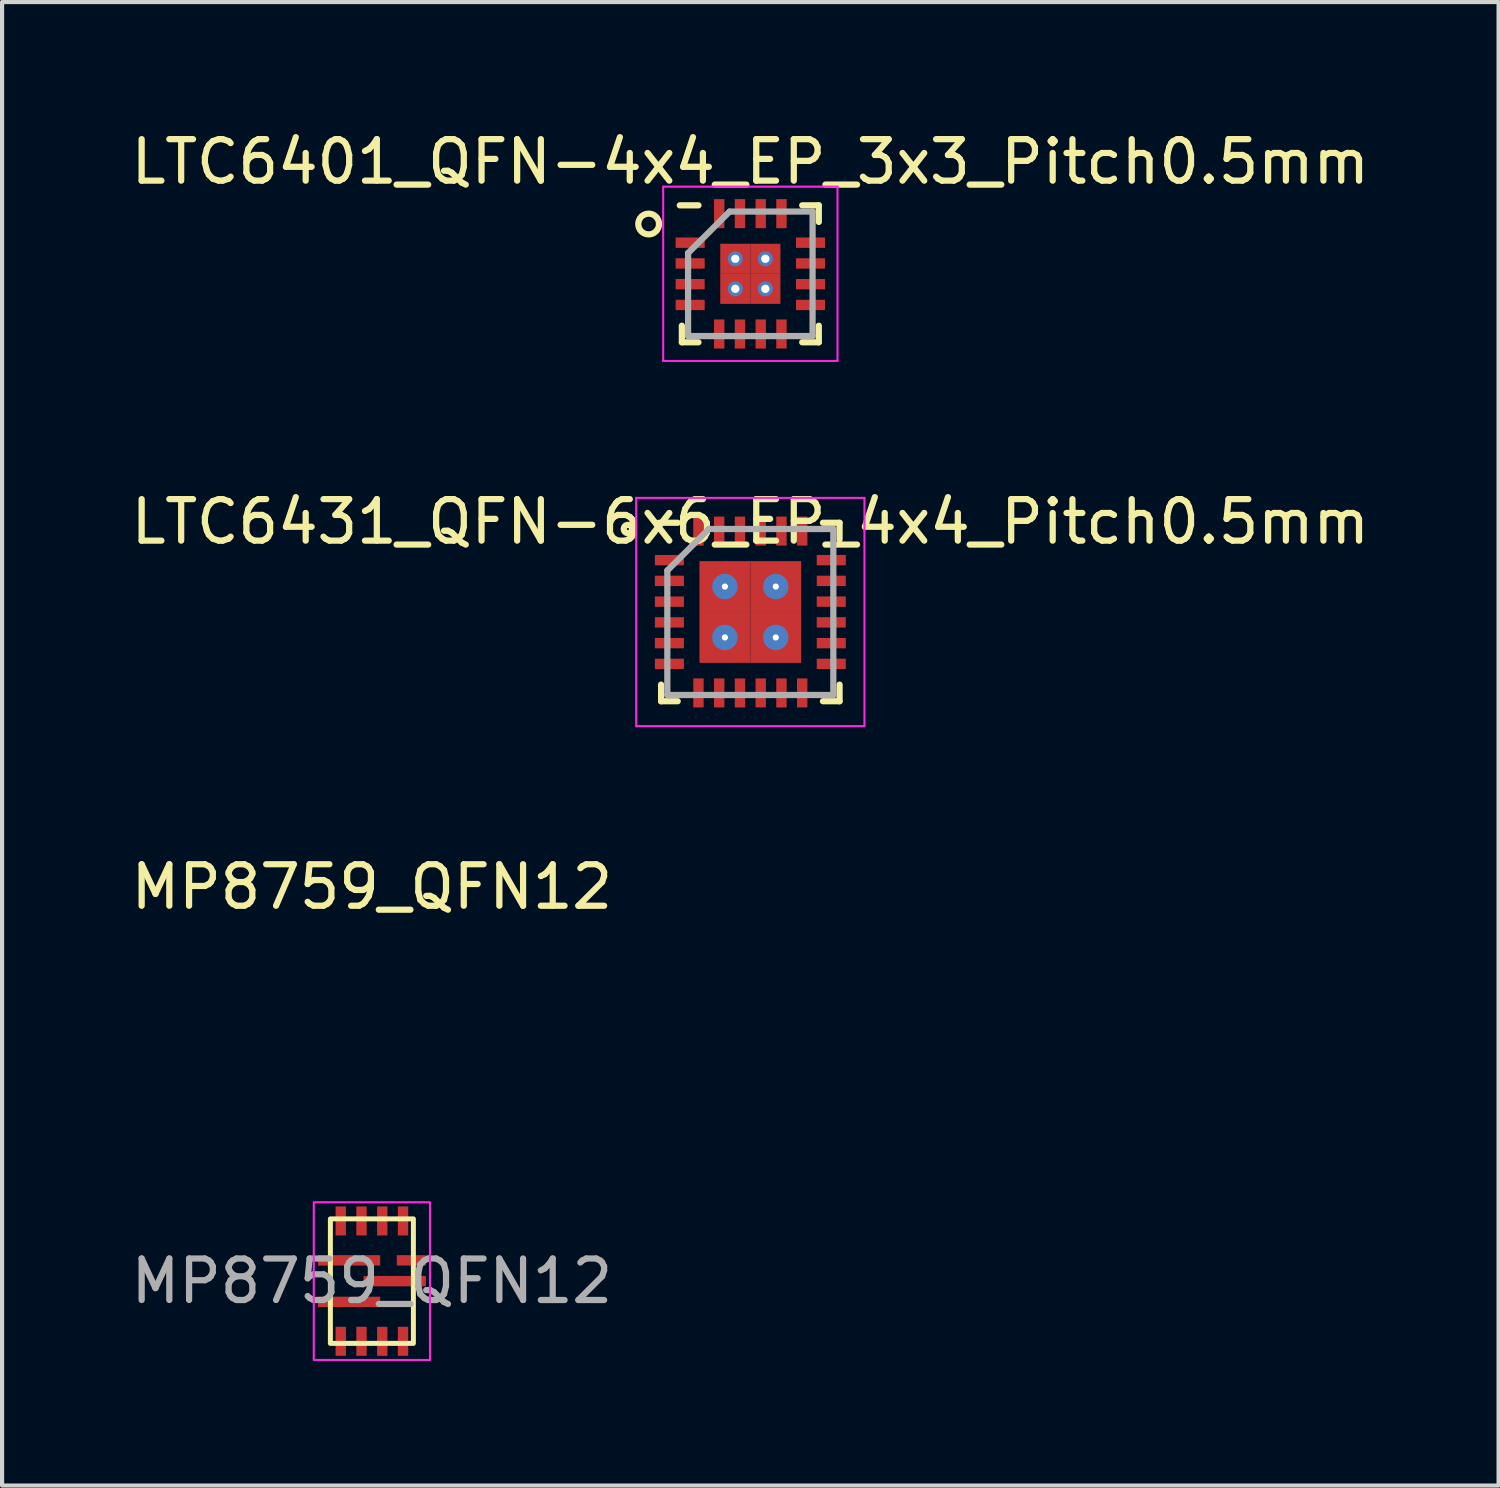
<source format=kicad_pcb>
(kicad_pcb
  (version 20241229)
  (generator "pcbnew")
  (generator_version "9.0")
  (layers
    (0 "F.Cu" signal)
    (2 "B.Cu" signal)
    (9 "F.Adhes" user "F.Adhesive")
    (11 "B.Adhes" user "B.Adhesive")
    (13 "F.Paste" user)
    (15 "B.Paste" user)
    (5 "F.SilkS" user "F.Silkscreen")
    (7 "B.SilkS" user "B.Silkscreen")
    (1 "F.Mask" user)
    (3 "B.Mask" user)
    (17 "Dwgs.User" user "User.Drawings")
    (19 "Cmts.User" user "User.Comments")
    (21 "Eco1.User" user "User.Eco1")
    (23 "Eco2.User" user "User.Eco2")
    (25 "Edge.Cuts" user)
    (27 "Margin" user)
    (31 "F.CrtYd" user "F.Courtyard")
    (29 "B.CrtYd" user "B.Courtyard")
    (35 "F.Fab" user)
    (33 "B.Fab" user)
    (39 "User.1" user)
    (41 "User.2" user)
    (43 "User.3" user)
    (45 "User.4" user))
  (footprint "LTC6401_QFN-4x4_EP_3x3_Pitch0.5mm"
    (layer "F.Cu")
    (at 15.03 3.548)
    (property "Reference" "LTC6401_QFN-4x4_EP_3x3_Pitch0.5mm" (at 0 -2.7 0) (layer "F.SilkS") (effects (font (size 1 1) (thickness 0.15))))
    (attr through_hole)
    (fp_line (start -1.65 1.65) (end -1.65 1.25) (stroke (width 0.15) (type default)) (layer "F.SilkS"))
    (fp_line (start -1.25 -1.65) (end -1.7 -1.65) (stroke (width 0.15) (type default)) (layer "F.SilkS"))
    (fp_line (start -1.25 1.65) (end -1.65 1.65) (stroke (width 0.15) (type default)) (layer "F.SilkS"))
    (fp_line (start 1.25 -1.65) (end 1.65 -1.65) (stroke (width 0.15) (type default)) (layer "F.SilkS"))
    (fp_line (start 1.25 1.65) (end 1.65 1.65) (stroke (width 0.15) (type default)) (layer "F.SilkS"))
    (fp_line (start 1.65 -1.65) (end 1.65 -1.25) (stroke (width 0.15) (type default)) (layer "F.SilkS"))
    (fp_line (start 1.65 1.65) (end 1.65 1.25) (stroke (width 0.15) (type default)) (layer "F.SilkS"))
    (fp_circle (center -2.45 -1.2) (end -2.45 -0.95) (stroke (width 0.15) (type default)) (fill no) (layer "F.SilkS"))
    (fp_line (start -2.1 -2.1) (end 2.1 -2.1) (stroke (width 0.05) (type default)) (layer "F.CrtYd"))
    (fp_line (start -2.1 2.1) (end -2.1 -2.1) (stroke (width 0.05) (type default)) (layer "F.CrtYd"))
    (fp_line (start 2.1 -2.1) (end 2.1 2.1) (stroke (width 0.05) (type default)) (layer "F.CrtYd"))
    (fp_line (start 2.1 2.1) (end -2.1 2.1) (stroke (width 0.05) (type default)) (layer "F.CrtYd"))
    (fp_line (start -1.5 -0.5) (end -1.5 1.5) (stroke (width 0.15) (type default)) (layer "F.Fab"))
    (fp_line (start -1.5 1.5) (end 1.5 1.5) (stroke (width 0.15) (type default)) (layer "F.Fab"))
    (fp_line (start -0.5 -1.5) (end -1.5 -0.5) (stroke (width 0.15) (type default)) (layer "F.Fab"))
    (fp_line (start 1.5 -1.5) (end -0.5 -1.5) (stroke (width 0.15) (type default)) (layer "F.Fab"))
    (fp_line (start 1.5 1.5) (end 1.5 -1.5) (stroke (width 0.15) (type default)) (layer "F.Fab"))
    (pad "1" smd rect (at -1.45 -0.75 90) (size 0.25 0.7) (layers "F.Cu" "F.Mask" "F.Paste"))
    (pad "2" smd rect (at -1.45 -0.25 90) (size 0.25 0.7) (layers "F.Cu" "F.Mask" "F.Paste"))
    (pad "3" smd rect (at -1.45 0.25 90) (size 0.25 0.7) (layers "F.Cu" "F.Mask" "F.Paste"))
    (pad "4" smd rect (at -1.45 0.75 90) (size 0.25 0.7) (layers "F.Cu" "F.Mask" "F.Paste"))
    (pad "5" smd rect (at -0.75 1.45) (size 0.25 0.7) (layers "F.Cu" "F.Mask" "F.Paste"))
    (pad "6" smd rect (at -0.25 1.45) (size 0.25 0.7) (layers "F.Cu" "F.Mask" "F.Paste"))
    (pad "7" smd rect (at 0.25 1.45) (size 0.25 0.7) (layers "F.Cu" "F.Mask" "F.Paste"))
    (pad "8" smd rect (at 0.75 1.45) (size 0.25 0.7) (layers "F.Cu" "F.Mask" "F.Paste"))
    (pad "9" smd rect (at 1.45 0.75 90) (size 0.25 0.7) (layers "F.Cu" "F.Mask" "F.Paste"))
    (pad "10" smd rect (at 1.45 0.25 90) (size 0.25 0.7) (layers "F.Cu" "F.Mask" "F.Paste"))
    (pad "11" smd rect (at 1.45 -0.25 90) (size 0.25 0.7) (layers "F.Cu" "F.Mask" "F.Paste"))
    (pad "12" smd rect (at 1.45 -0.75 90) (size 0.25 0.7) (layers "F.Cu" "F.Mask" "F.Paste"))
    (pad "13" smd rect (at 0.75 -1.45) (size 0.25 0.7) (layers "F.Cu" "F.Mask" "F.Paste"))
    (pad "14" smd rect (at 0.25 -1.45) (size 0.25 0.7) (layers "F.Cu" "F.Mask" "F.Paste"))
    (pad "15" smd rect (at -0.25 -1.45) (size 0.25 0.7) (layers "F.Cu" "F.Mask" "F.Paste"))
    (pad "16" smd rect (at -0.75 -1.45) (size 0.25 0.7) (layers "F.Cu" "F.Mask" "F.Paste"))
    (pad "17" thru_hole circle (at -0.362 -0.362) (size 0.362 0.362) (drill 0.2) (layers "*.Cu" "F.Mask"))
    (pad "17" smd rect (at -0.362 -0.362) (size 0.725 0.725) (layers "F.Cu" "F.Mask" "F.Paste"))
    (pad "17" thru_hole circle (at -0.362 0.362) (size 0.362 0.362) (drill 0.2) (layers "*.Cu" "F.Mask"))
    (pad "17" smd rect (at -0.362 0.362) (size 0.725 0.725) (layers "F.Cu" "F.Mask" "F.Paste"))
    (pad "17" thru_hole circle (at 0.362 -0.362) (size 0.362 0.362) (drill 0.2) (layers "*.Cu" "F.Mask"))
    (pad "17" smd rect (at 0.362 -0.362) (size 0.725 0.725) (layers "F.Cu" "F.Mask" "F.Paste"))
    (pad "17" thru_hole circle (at 0.362 0.362) (size 0.362 0.362) (drill 0.2) (layers "*.Cu" "F.Mask"))
    (pad "17" smd rect (at 0.362 0.362) (size 0.725 0.725) (layers "F.Cu" "F.Mask" "F.Paste")))
  (footprint "MP8759_QFN12"
    (layer "F.Cu")
    (at 5.911 27.82)
    (property "Reference" "MP8759_QFN12" (at 0 -9.5 0) (unlocked yes) (layer "F.SilkS") (effects (font (size 1 1) (thickness 0.15))))
    (attr smd)
    (fp_rect (start -1 -1.5) (end 1 1.5) (stroke (width 0.12) (type solid)) (fill no) (layer "F.SilkS"))
    (fp_rect (start -1.4 -1.9) (end 1.4 1.9) (stroke (width 0.05) (type solid)) (fill no) (layer "F.CrtYd"))
    (fp_text user "${REFERENCE}" (at 0 0 0) (unlocked yes) (layer "F.Fab") (effects (font (size 1 1) (thickness 0.15))))
    (pad "1" smd rect (at -0.55 -0.5) (size 1.5 0.25) (layers "F.Cu" "F.Mask" "F.Paste"))
    (pad "2" smd rect (at -0.55 0.5) (size 1.5 0.25) (layers "F.Cu" "F.Mask" "F.Paste"))
    (pad "3" smd rect (at -0.75 1.45) (size 0.25 0.7) (layers "F.Cu" "F.Mask" "F.Paste"))
    (pad "4" smd rect (at -0.25 1.45) (size 0.25 0.7) (layers "F.Cu" "F.Mask" "F.Paste"))
    (pad "5" smd rect (at 0.25 1.45) (size 0.25 0.7) (layers "F.Cu" "F.Mask" "F.Paste"))
    (pad "6" smd rect (at 0.75 1.45) (size 0.25 0.7) (layers "F.Cu" "F.Mask" "F.Paste"))
    (pad "7" smd rect (at 0.55 0) (size 1.5 0.25) (layers "F.Cu" "F.Mask" "F.Paste"))
    (pad "8" smd rect (at 0.95 -0.5) (size 0.7 0.25) (layers "F.Cu" "F.Mask" "F.Paste"))
    (pad "9" smd rect (at 0.75 -1.45) (size 0.25 0.7) (layers "F.Cu" "F.Mask" "F.Paste"))
    (pad "10" smd rect (at 0.25 -1.45) (size 0.25 0.7) (layers "F.Cu" "F.Mask" "F.Paste"))
    (pad "11" smd rect (at -0.25 -1.45) (size 0.25 0.7) (layers "F.Cu" "F.Mask" "F.Paste"))
    (pad "12" smd rect (at -0.75 -1.45) (size 0.25 0.7) (layers "F.Cu" "F.Mask" "F.Paste")))
  (footprint "LTC6431_QFN-6x6_EP_4x4_Pitch0.5mm"
    (layer "F.Cu")
    (at 15.03 11.697)
    (property "Reference" "LTC6431_QFN-6x6_EP_4x4_Pitch0.5mm" (at 0 -2.175 0) (layer "F.SilkS") (effects (font (size 1 1) (thickness 0.15))))
    (attr smd)
    (fp_line (start -2.15 2.15) (end -2.15 1.75) (stroke (width 0.15) (type solid)) (layer "F.SilkS"))
    (fp_line (start -1.75 -2.15) (end -2.2 -2.15) (stroke (width 0.15) (type solid)) (layer "F.SilkS"))
    (fp_line (start -1.75 2.15) (end -2.15 2.15) (stroke (width 0.15) (type solid)) (layer "F.SilkS"))
    (fp_line (start 1.75 -2.15) (end 2.15 -2.15) (stroke (width 0.15) (type solid)) (layer "F.SilkS"))
    (fp_line (start 1.75 2.15) (end 2.15 2.15) (stroke (width 0.15) (type solid)) (layer "F.SilkS"))
    (fp_line (start 2.15 -2.15) (end 2.15 -1.75) (stroke (width 0.15) (type solid)) (layer "F.SilkS"))
    (fp_line (start 2.15 2.15) (end 2.15 1.75) (stroke (width 0.15) (type solid)) (layer "F.SilkS"))
    (fp_circle (center -2.95 -2) (end -2.95 -1.9) (stroke (width 0.15) (type solid)) (fill no) (layer "F.SilkS"))
    (fp_line (start -2.75 -2.75) (end 2.75 -2.75) (stroke (width 0.05) (type solid)) (layer "F.CrtYd"))
    (fp_line (start -2.75 2.75) (end -2.75 -2.75) (stroke (width 0.05) (type solid)) (layer "F.CrtYd"))
    (fp_line (start 2.75 -2.75) (end 2.75 2.75) (stroke (width 0.05) (type solid)) (layer "F.CrtYd"))
    (fp_line (start 2.75 2.75) (end -2.75 2.75) (stroke (width 0.05) (type solid)) (layer "F.CrtYd"))
    (fp_line (start -2 -1) (end -2 2) (stroke (width 0.15) (type solid)) (layer "F.Fab"))
    (fp_line (start -2 2) (end 2 2) (stroke (width 0.15) (type solid)) (layer "F.Fab"))
    (fp_line (start -1 -2) (end -2 -1) (stroke (width 0.15) (type solid)) (layer "F.Fab"))
    (fp_line (start 2 -2) (end -1 -2) (stroke (width 0.15) (type solid)) (layer "F.Fab"))
    (fp_line (start 2 2) (end 2 -2) (stroke (width 0.15) (type solid)) (layer "F.Fab"))
    (pad "1" smd rect (at -1.95 -1.25 90) (size 0.25 0.7) (layers "F.Cu" "F.Mask" "F.Paste"))
    (pad "2" smd rect (at -1.95 -0.75 90) (size 0.25 0.7) (layers "F.Cu" "F.Mask" "F.Paste"))
    (pad "3" smd rect (at -1.95 -0.25 90) (size 0.25 0.7) (layers "F.Cu" "F.Mask" "F.Paste"))
    (pad "4" smd rect (at -1.95 0.25 90) (size 0.25 0.7) (layers "F.Cu" "F.Mask" "F.Paste"))
    (pad "5" smd rect (at -1.95 0.75 90) (size 0.25 0.7) (layers "F.Cu" "F.Mask" "F.Paste"))
    (pad "6" smd rect (at -1.95 1.25 90) (size 0.25 0.7) (layers "F.Cu" "F.Mask" "F.Paste"))
    (pad "7" smd rect (at -1.25 1.95) (size 0.25 0.7) (layers "F.Cu" "F.Mask" "F.Paste"))
    (pad "8" smd rect (at -0.75 1.95) (size 0.25 0.7) (layers "F.Cu" "F.Mask" "F.Paste"))
    (pad "9" smd rect (at -0.25 1.95) (size 0.25 0.7) (layers "F.Cu" "F.Mask" "F.Paste"))
    (pad "10" smd rect (at 0.25 1.95) (size 0.25 0.7) (layers "F.Cu" "F.Mask" "F.Paste"))
    (pad "11" smd rect (at 0.75 1.95) (size 0.25 0.7) (layers "F.Cu" "F.Mask" "F.Paste"))
    (pad "12" smd rect (at 1.25 1.95) (size 0.25 0.7) (layers "F.Cu" "F.Mask" "F.Paste"))
    (pad "13" smd rect (at 1.95 1.25 90) (size 0.25 0.7) (layers "F.Cu" "F.Mask" "F.Paste"))
    (pad "14" smd rect (at 1.95 0.75 90) (size 0.25 0.7) (layers "F.Cu" "F.Mask" "F.Paste"))
    (pad "15" smd rect (at 1.95 0.25 90) (size 0.25 0.7) (layers "F.Cu" "F.Mask" "F.Paste"))
    (pad "16" smd rect (at 1.95 -0.25 90) (size 0.25 0.7) (layers "F.Cu" "F.Mask" "F.Paste"))
    (pad "17" smd rect (at 1.95 -0.75 90) (size 0.25 0.7) (layers "F.Cu" "F.Mask" "F.Paste"))
    (pad "18" smd rect (at 1.95 -1.25 90) (size 0.25 0.7) (layers "F.Cu" "F.Mask" "F.Paste"))
    (pad "19" smd rect (at 1.25 -1.95) (size 0.25 0.7) (layers "F.Cu" "F.Mask" "F.Paste"))
    (pad "20" smd rect (at 0.75 -1.95) (size 0.25 0.7) (layers "F.Cu" "F.Mask" "F.Paste"))
    (pad "21" smd rect (at 0.25 -1.95) (size 0.25 0.7) (layers "F.Cu" "F.Mask" "F.Paste"))
    (pad "22" smd rect (at -0.25 -1.95) (size 0.25 0.7) (layers "F.Cu" "F.Mask" "F.Paste"))
    (pad "23" smd rect (at -0.75 -1.95) (size 0.25 0.7) (layers "F.Cu" "F.Mask" "F.Paste"))
    (pad "24" smd rect (at -1.25 -1.95) (size 0.25 0.7) (layers "F.Cu" "F.Mask" "F.Paste"))
    (pad "25" thru_hole circle (at -0.613 -0.613) (size 0.613 0.613) (drill 0.15) (layers "*.Cu" "*.Mask"))
    (pad "25" smd rect (at -0.613 -0.613) (size 1.225 1.225) (layers "F.Cu" "F.Mask" "F.Paste"))
    (pad "25" thru_hole circle (at -0.613 0.613) (size 0.613 0.613) (drill 0.15) (layers "*.Cu" "*.Mask"))
    (pad "25" smd rect (at -0.613 0.613) (size 1.225 1.225) (layers "F.Cu" "F.Mask" "F.Paste"))
    (pad "25" thru_hole circle (at 0.613 -0.613) (size 0.613 0.613) (drill 0.15) (layers "*.Cu" "*.Mask"))
    (pad "25" smd rect (at 0.613 -0.613) (size 1.225 1.225) (layers "F.Cu" "F.Mask" "F.Paste"))
    (pad "25" thru_hole circle (at 0.613 0.613) (size 0.613 0.613) (drill 0.15) (layers "*.Cu" "*.Mask"))
    (pad "25" smd rect (at 0.613 0.613) (size 1.225 1.225) (layers "F.Cu" "F.Mask" "F.Paste")))
  (gr_rect
    (start -3 -3)
    (end 33.06 32.745)
    (stroke (width 0.1) (type default))
    (fill no)
    (layer "Edge.Cuts")))
</source>
